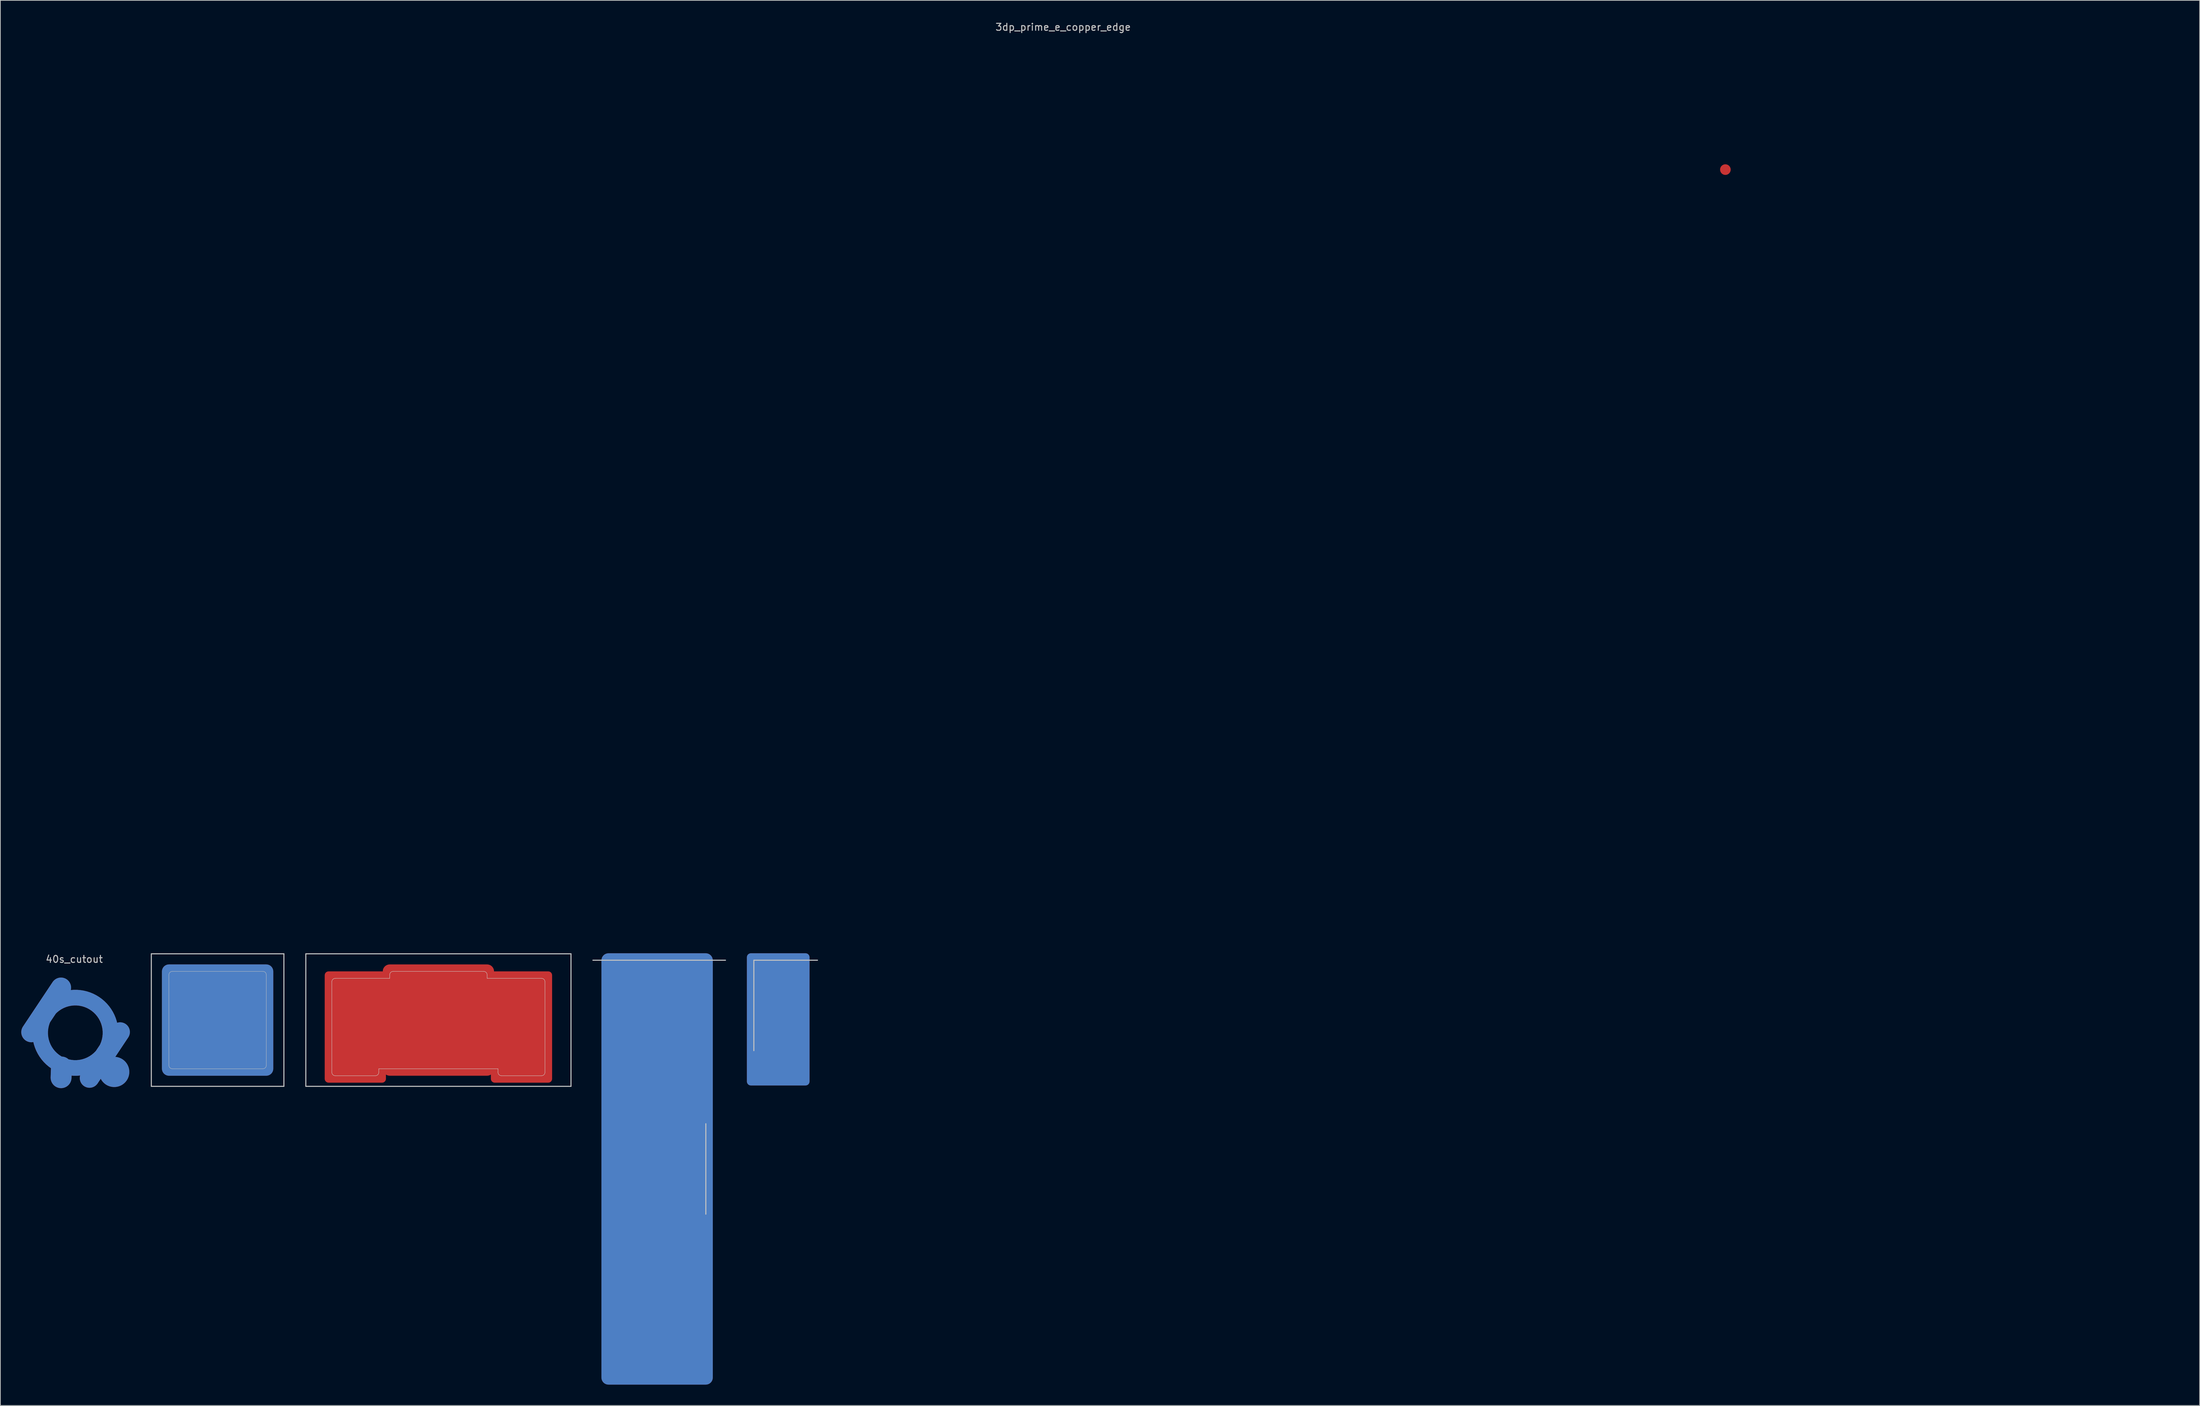
<source format=kicad_pcb>
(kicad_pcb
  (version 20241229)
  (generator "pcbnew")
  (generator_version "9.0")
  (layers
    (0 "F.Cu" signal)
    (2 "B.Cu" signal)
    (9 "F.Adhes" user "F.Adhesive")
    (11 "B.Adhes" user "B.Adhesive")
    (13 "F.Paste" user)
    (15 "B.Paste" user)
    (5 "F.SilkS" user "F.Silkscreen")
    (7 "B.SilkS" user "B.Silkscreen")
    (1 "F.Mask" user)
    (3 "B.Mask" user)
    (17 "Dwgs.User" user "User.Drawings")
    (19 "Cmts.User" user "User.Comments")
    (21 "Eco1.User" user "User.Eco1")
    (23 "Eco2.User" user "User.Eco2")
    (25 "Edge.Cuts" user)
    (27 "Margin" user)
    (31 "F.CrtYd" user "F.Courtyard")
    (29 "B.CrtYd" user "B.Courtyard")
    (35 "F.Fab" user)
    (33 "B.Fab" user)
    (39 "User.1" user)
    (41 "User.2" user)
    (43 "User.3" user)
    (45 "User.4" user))
  (footprint "40s_cutout"
    (layer "F.Cu")
    (at 7.617 134.322)
    (property "Reference" "40s_cutout" (at 0 0.5 0) (layer "Dwgs.User") (effects (font (size 1 1) (thickness 0.15))))
    (attr through_hole)
    (pad "1" smd custom (at -2.098 4.628) (size 1.524 1.524) (layers "F.Cu" "F.Mask") (options (anchor circle)) (primitives (gr_line (start -4.069 6.365) (end 0.193 -0.036) (width 2.9)) (gr_line (start 4.288 12.959) (end 8.692 6.345) (width 2.8)) (gr_line (start 0.259 11.369) (end 0.203 12.913) (width 3)) (gr_circle (center 7.838 12.08) (end 8.761 12.08) (width 2.5) (fill no)) (gr_circle (center 2.25 6.456) (end 7.305 6.456) (width 2.25) (fill no))))
    (pad "1" smd custom (at -2.093 4.623) (size 1.524 1.524) (layers "B.Cu" "B.Mask") (options (anchor circle)) (primitives (gr_line (start -4.069 6.365) (end 0.193 -0.036) (width 2.9)) (gr_line (start 4.288 12.959) (end 8.692 6.345) (width 2.8)) (gr_line (start 0.259 11.369) (end 0.203 12.913) (width 3)) (gr_circle (center 7.838 12.08) (end 8.761 12.08) (width 2.5) (fill no)) (gr_circle (center 2.25 6.456) (end 7.305 6.456) (width 2.25) (fill no)))))
  (footprint "3dp_prime_e_copper_edge"
    (layer "F.Cu")
    (at 149.179 73.287)
    (property "Reference" "3dp_prime_e_copper_edge" (at 0.528 -72.439 0) (layer "Dwgs.User") (effects (font (size 1 1) (thickness 0.15))))
    (attr through_hole)
    (fp_line (start -144.314 -27.367) (end -144.314 -27.367) (stroke (width 3) (type solid)) (layer "F.Mask"))
    (fp_line (start -140.479 -45.96) (end -140.479 -36.96) (stroke (width 3) (type solid)) (layer "F.Mask"))
    (fp_line (start -140.479 -24.96) (end -140.479 11.727) (stroke (width 3) (type solid)) (layer "F.Mask"))
    (fp_line (start -140.479 23.725) (end -140.479 32.725) (stroke (width 3) (type solid)) (layer "F.Mask"))
    (fp_line (start -132.979 40.225) (end -108.979 40.225) (stroke (width 3) (type solid)) (layer "F.Mask"))
    (fp_line (start -129.34 -51.96) (end -134.479 -51.96) (stroke (width 3) (type solid)) (layer "F.Mask"))
    (fp_line (start -96.979 40.225) (end -89.379 40.225) (stroke (width 3) (type solid)) (layer "F.Mask"))
    (fp_line (start -89.379 -51.96) (end -118.725 -51.96) (stroke (width 3) (type solid)) (layer "F.Mask"))
    (fp_line (start -89.379 40.225) (end -45.321 46.418) (stroke (width 3) (type solid)) (layer "F.Mask"))
    (fp_line (start -45.321 -45.8) (end -89.379 -51.96) (stroke (width 3) (type solid)) (layer "F.Mask"))
    (fp_line (start -42.358 -49.466) (end -42.358 -49.466) (stroke (width 3) (type solid)) (layer "F.Mask"))
    (fp_line (start -33.438 48.088) (end -17.343 50.35) (stroke (width 3) (type solid)) (layer "F.Mask"))
    (fp_line (start -17.343 50.35) (end 24.554 49.807) (stroke (width 3) (type solid)) (layer "F.Mask"))
    (fp_line (start 5.824 -38.65) (end -33.437 -44.139) (stroke (width 3) (type solid)) (layer "F.Mask"))
    (fp_line (start 24.508 49.812) (end 26.273 50.064) (stroke (width 3) (type solid)) (layer "F.Mask"))
    (fp_line (start 26.274 -42.215) (end 5.824 -38.65) (stroke (width 3) (type solid)) (layer "F.Mask"))
    (fp_line (start 27.975 -46.552) (end 27.975 -46.552) (stroke (width 3) (type solid)) (layer "F.Mask"))
    (fp_line (start 38.097 48.015) (end 82.185 40.377) (stroke (width 3) (type solid)) (layer "F.Mask"))
    (fp_line (start 82.185 -51.96) (end 38.096 -44.275) (stroke (width 3) (type solid)) (layer "F.Mask"))
    (fp_line (start 82.185 40.377) (end 109.063 40.377) (stroke (width 3) (type solid)) (layer "F.Mask"))
    (fp_line (start 110.128 -51.96) (end 82.185 -51.96) (stroke (width 3) (type solid)) (layer "F.Mask"))
    (fp_line (start 112.537 -55.821) (end 112.537 -55.821) (stroke (width 3) (type solid)) (layer "F.Mask"))
    (fp_line (start 120.204 40.377) (end 144.628 40.377) (stroke (width 3) (type solid)) (layer "F.Mask"))
    (fp_line (start 146.128 -51.96) (end 122.128 -51.96) (stroke (width 3) (type solid)) (layer "F.Mask"))
    (fp_line (start 152.128 -36.96) (end 152.128 -45.96) (stroke (width 3) (type solid)) (layer "F.Mask"))
    (fp_line (start 152.128 11.877) (end 152.128 -24.96) (stroke (width 3) (type solid)) (layer "F.Mask"))
    (fp_line (start 152.128 32.877) (end 152.128 23.877) (stroke (width 3) (type solid)) (layer "F.Mask"))
    (fp_line (start 155.952 -27.367) (end 155.952 -27.367) (stroke (width 3) (type solid)) (layer "F.Mask"))
    (fp_arc (start -144.314995 21.317291) (mid -147.679224 17.724891) (end -144.314742 14.132728) (stroke (width 3) (type solid)) (layer "F.Mask"))
    (fp_arc (start -144.314434 -27.367332) (mid -147.679223 -30.95964) (end -144.314436 -34.55195) (stroke (width 3) (type solid)) (layer "F.Mask"))
    (fp_arc (start -140.47922 -45.959641) (mid -138.721861 -50.202282) (end -134.47922 -51.959641) (stroke (width 3) (type solid)) (layer "F.Mask"))
    (fp_arc (start -132.97922 40.225158) (mid -138.282521 38.028459) (end -140.47922 32.725158) (stroke (width 3) (type solid)) (layer "F.Mask"))
    (fp_arc (start -128.276546 -55.25738) (mid -124.868535 -58.77337) (end -121.106931 -55.638557) (stroke (width 3) (type solid)) (layer "F.Mask"))
    (fp_arc (start -99.38716 44.064158) (mid -102.979206 47.425162) (end -106.571278 44.064186) (stroke (width 3) (type solid)) (layer "F.Mask"))
    (fp_arc (start -42.35841 -49.465686) (mid -38.382345 -52.100399) (end -35.281249 -48.476312) (stroke (width 3) (type solid)) (layer "F.Mask"))
    (fp_arc (start -36.3742 51.634832) (mid -40.381322 54.382782) (end -43.475711 50.636715) (stroke (width 3) (type solid)) (layer "F.Mask"))
    (fp_arc (start 27.975037 -46.551713) (mid 30.948906 -50.338002) (end 35.028362 -47.781065) (stroke (width 3) (type solid)) (layer "F.Mask"))
    (fp_arc (start 36.399323 52.532541) (mid 33.414281 56.133717) (end 29.391755 53.746619) (stroke (width 3) (type solid)) (layer "F.Mask"))
    (fp_arc (start 112.537309 -55.821443) (mid 116.127779 -59.159645) (end 119.718249 -55.821442) (stroke (width 3) (type solid)) (layer "F.Mask"))
    (fp_arc (start 118.216246 44.090984) (mid 114.624409 47.424945) (end 111.035682 44.087638) (stroke (width 3) (type solid)) (layer "F.Mask"))
    (fp_arc (start 146.127779 -51.959641) (mid 150.37042 -50.202282) (end 152.127779 -45.959641) (stroke (width 3) (type solid)) (layer "F.Mask"))
    (fp_arc (start 152.127779 32.876968) (mid 149.93108 38.180269) (end 144.627779 40.376968) (stroke (width 3) (type solid)) (layer "F.Mask"))
    (fp_arc (start 155.952184 -34.552642) (mid 159.327783 -30.95964) (end 155.952182 -27.36664) (stroke (width 3) (type solid)) (layer "F.Mask"))
    (fp_arc (start 155.994293 14.286845) (mid 159.327783 17.876952) (end 155.994325 21.467089) (stroke (width 3) (type solid)) (layer "F.Mask"))
    (fp_curve (pts (xy -144.315 21.317) (xy -141.162 21.524) (xy -140.479 23.725) (xy -140.479 23.725)) (stroke (width 3) (type solid)) (layer "F.Mask"))
    (fp_curve (pts (xy -144.314 -27.367) (xy -141.18 -27.162) (xy -140.479 -24.96) (xy -140.479 -24.96)) (stroke (width 3) (type solid)) (layer "F.Mask"))
    (fp_curve (pts (xy -140.479 -36.96) (xy -141.18 -34.757) (xy -144.314 -34.552) (xy -144.314 -34.552)) (stroke (width 3) (type solid)) (layer "F.Mask"))
    (fp_curve (pts (xy -140.479 11.727) (xy -141.163 13.926) (xy -144.315 14.133) (xy -144.315 14.133)) (stroke (width 3) (type solid)) (layer "F.Mask"))
    (fp_curve (pts (xy -128.277 -55.257) (xy -128.326 -52.996) (xy -129.34 -51.96) (xy -129.34 -51.96)) (stroke (width 3) (type solid)) (layer "F.Mask"))
    (fp_curve (pts (xy -118.725 -51.96) (xy -120.708 -52.539) (xy -121.107 -55.639) (xy -121.107 -55.639)) (stroke (width 3) (type solid)) (layer "F.Mask"))
    (fp_curve (pts (xy -108.979 40.225) (xy -106.781 40.915) (xy -106.571 44.064) (xy -106.571 44.064)) (stroke (width 3) (type solid)) (layer "F.Mask"))
    (fp_curve (pts (xy -99.387 44.064) (xy -99.178 40.915) (xy -96.979 40.225) (xy -96.979 40.225)) (stroke (width 3) (type solid)) (layer "F.Mask"))
    (fp_curve (pts (xy -45.321 46.418) (xy -43.304 47.237) (xy -43.476 50.637) (xy -43.476 50.637)) (stroke (width 3) (type solid)) (layer "F.Mask"))
    (fp_curve (pts (xy -42.358 -49.466) (xy -43.272 -46.05) (xy -45.321 -45.8) (xy -45.321 -45.8)) (stroke (width 3) (type solid)) (layer "F.Mask"))
    (fp_curve (pts (xy -36.374 51.635) (xy -35.602 48.32) (xy -33.438 48.088) (xy -33.438 48.088)) (stroke (width 3) (type solid)) (layer "F.Mask"))
    (fp_curve (pts (xy -33.437 -44.139) (xy -35.339 -44.941) (xy -35.281 -48.476) (xy -35.281 -48.476)) (stroke (width 3) (type solid)) (layer "F.Mask"))
    (fp_curve (pts (xy 26.273 50.064) (xy 28.354 50.697) (xy 29.392 53.747) (xy 29.392 53.747)) (stroke (width 3) (type solid)) (layer "F.Mask"))
    (fp_curve (pts (xy 27.975 -46.552) (xy 28.22 -42.877) (xy 26.274 -42.215) (xy 26.274 -42.215)) (stroke (width 3) (type solid)) (layer "F.Mask"))
    (fp_curve (pts (xy 36.399 52.533) (xy 36.351 49.311) (xy 38.097 48.015) (xy 38.097 48.015)) (stroke (width 3) (type solid)) (layer "F.Mask"))
    (fp_curve (pts (xy 38.096 -44.275) (xy 36.041 -44.24) (xy 35.028 -47.781) (xy 35.028 -47.781)) (stroke (width 3) (type solid)) (layer "F.Mask"))
    (fp_curve (pts (xy 109.063 40.377) (xy 110.822 41.161) (xy 111.036 44.088) (xy 111.036 44.088)) (stroke (width 3) (type solid)) (layer "F.Mask"))
    (fp_curve (pts (xy 112.537 -55.821) (xy 112.303 -52.612) (xy 110.128 -51.96) (xy 110.128 -51.96)) (stroke (width 3) (type solid)) (layer "F.Mask"))
    (fp_curve (pts (xy 118.216 44.091) (xy 118.434 41.154) (xy 120.204 40.377) (xy 120.204 40.377)) (stroke (width 3) (type solid)) (layer "F.Mask"))
    (fp_curve (pts (xy 122.128 -51.96) (xy 119.952 -52.612) (xy 119.718 -55.821) (xy 119.718 -55.821)) (stroke (width 3) (type solid)) (layer "F.Mask"))
    (fp_curve (pts (xy 152.128 -24.96) (xy 153.063 -27.186) (xy 155.952 -27.367) (xy 155.952 -27.367)) (stroke (width 3) (type solid)) (layer "F.Mask"))
    (fp_curve (pts (xy 152.128 23.877) (xy 152.163 21.752) (xy 155.994 21.467) (xy 155.994 21.467)) (stroke (width 3) (type solid)) (layer "F.Mask"))
    (fp_curve (pts (xy 155.952 -34.553) (xy 153.063 -34.733) (xy 152.128 -36.96) (xy 152.128 -36.96)) (stroke (width 3) (type solid)) (layer "F.Mask"))
    (fp_curve (pts (xy 155.994 14.287) (xy 152.163 14.002) (xy 152.128 11.877) (xy 152.128 11.877)) (stroke (width 3) (type solid)) (layer "F.Mask"))
    (pad "1" smd circle (at 95.679 -51.958) (size 1.524 1.524) (layers "F.Cu" "F.Mask")))
  (footprint "OLED_Cutout"
    (layer "F.Cu")
    (at 91.366 164.973)
    (property "Reference" "OLED_Cutout" (at 0.25 10.05 0) (layer "Eco2.User") (effects (font (size 1 1) (thickness 0.15))))
    (attr through_hole)
    (fp_line (start -9.225 -30.002) (end 9.825 -30.002) (stroke (width 0.15) (type solid)) (layer "Dwgs.User"))
    (fp_line (start 7 6.5) (end 7 -6.5) (stroke (width 0.15) (type solid)) (layer "Dwgs.User"))
    (pad "1" smd roundrect (at 0 0 180) (size 16 62) (layers "F.Cu" "F.Mask") (roundrect_rratio 0.063))
    (pad "1" smd roundrect (at 0 0 180) (size 16 62) (layers "B.Cu" "B.Mask") (roundrect_rratio 0.063)))
  (footprint "MX_Copper_nocutout_1u"
    (layer "F.Cu")
    (at 28.216 143.573)
    (property "Reference" "MX_Copper_nocutout_1u" (at 0.25 10.05 0) (layer "Eco2.User") (effects (font (size 1 1) (thickness 0.15))))
    (attr through_hole)
    (fp_line (start -9.525 -9.525) (end 9.525 -9.525) (stroke (width 0.15) (type solid)) (layer "Dwgs.User"))
    (fp_line (start -9.525 9.525) (end -9.525 -9.525) (stroke (width 0.15) (type solid)) (layer "Dwgs.User"))
    (fp_line (start -7 -6.5) (end -7 6.5) (stroke (width 0.05) (type solid)) (layer "Dwgs.User"))
    (fp_line (start -6.5 7) (end 6.5 7) (stroke (width 0.05) (type solid)) (layer "Dwgs.User"))
    (fp_line (start 6.5 -7) (end -6.5 -7) (stroke (width 0.05) (type solid)) (layer "Dwgs.User"))
    (fp_line (start 7 6.5) (end 7 -6.5) (stroke (width 0.05) (type solid)) (layer "Dwgs.User"))
    (fp_line (start 9.525 -9.525) (end 9.525 9.525) (stroke (width 0.15) (type solid)) (layer "Dwgs.User"))
    (fp_line (start 9.525 9.525) (end -9.525 9.525) (stroke (width 0.15) (type solid)) (layer "Dwgs.User"))
    (fp_arc (start -7 -6.5) (mid -6.853553 -6.853553) (end -6.5 -7) (stroke (width 0.05) (type solid)) (layer "Dwgs.User"))
    (fp_arc (start -6.5 7) (mid -6.853553 6.853553) (end -7 6.5) (stroke (width 0.05) (type solid)) (layer "Dwgs.User"))
    (fp_arc (start 6.5 -7) (mid 6.853553 -6.853553) (end 7 -6.5) (stroke (width 0.05) (type solid)) (layer "Dwgs.User"))
    (fp_arc (start 7 6.5) (mid 6.853553 6.853553) (end 6.5 7) (stroke (width 0.05) (type solid)) (layer "Dwgs.User"))
    (pad "1" smd roundrect (at 0 0 180) (size 16 16) (layers "F.Cu" "F.Mask") (roundrect_rratio 0.063))
    (pad "1" smd roundrect (at 0 0 180) (size 16 16) (layers "B.Cu" "B.Mask") (roundrect_rratio 0.063)))
  (footprint "MX_Cutout_2u_to_apease_JLC"
    (layer "F.Cu")
    (at 59.941 143.573)
    (property "Reference" "MX_Cutout_2u_to_apease_JLC" (at 0.25 10.05 0) (layer "Eco2.User") (effects (font (size 1 1) (thickness 0.15))))
    (attr through_hole)
    (fp_line (start -19.05 -9.525) (end -19.05 9.525) (stroke (width 0.15) (type solid)) (layer "Dwgs.User"))
    (fp_line (start -19.05 -9.525) (end 19.05 -9.525) (stroke (width 0.15) (type solid)) (layer "Dwgs.User"))
    (fp_line (start -19.05 9.525) (end 19.05 9.525) (stroke (width 0.15) (type solid)) (layer "Dwgs.User"))
    (fp_line (start 19.05 -9.525) (end 19.05 9.525) (stroke (width 0.15) (type solid)) (layer "Dwgs.User"))
    (fp_line (start -15.313 7.5) (end -15.313 -5.5) (stroke (width 0.05) (type solid)) (layer "Edge.Cuts"))
    (fp_line (start -14.813 -6) (end -7 -5.999) (stroke (width 0.05) (type solid)) (layer "Edge.Cuts"))
    (fp_line (start -9.063 8) (end -14.813 8) (stroke (width 0.05) (type solid)) (layer "Edge.Cuts"))
    (fp_line (start -8.565 7) (end -8.563 7.5) (stroke (width 0.05) (type solid)) (layer "Edge.Cuts"))
    (fp_line (start -7 -5.999) (end -7 -6.5) (stroke (width 0.05) (type solid)) (layer "Edge.Cuts"))
    (fp_line (start -6.5 -7) (end 6.5 -7) (stroke (width 0.05) (type solid)) (layer "Edge.Cuts"))
    (fp_line (start 7 -6.5) (end 7 -5.999) (stroke (width 0.05) (type solid)) (layer "Edge.Cuts"))
    (fp_line (start 7 -5.999) (end 14.813 -6) (stroke (width 0.05) (type solid)) (layer "Edge.Cuts"))
    (fp_line (start 8.563 7.5) (end 8.565 7) (stroke (width 0.05) (type solid)) (layer "Edge.Cuts"))
    (fp_line (start 8.565 7) (end -8.565 7) (stroke (width 0.05) (type solid)) (layer "Edge.Cuts"))
    (fp_line (start 14.813 8) (end 9.063 8) (stroke (width 0.05) (type solid)) (layer "Edge.Cuts"))
    (fp_line (start 15.313 -5.5) (end 15.313 7.5) (stroke (width 0.05) (type solid)) (layer "Edge.Cuts"))
    (fp_arc (start -15.313 -5.5) (mid -15.166553 -5.853553) (end -14.813 -6) (stroke (width 0.05) (type solid)) (layer "Edge.Cuts"))
    (fp_arc (start -14.813 8) (mid -15.166553 7.853553) (end -15.313 7.5) (stroke (width 0.05) (type solid)) (layer "Edge.Cuts"))
    (fp_arc (start -8.563 7.5) (mid -8.709447 7.853553) (end -9.063 8) (stroke (width 0.05) (type solid)) (layer "Edge.Cuts"))
    (fp_arc (start -7 -6.5) (mid -6.853553 -6.853553) (end -6.5 -7) (stroke (width 0.05) (type solid)) (layer "Edge.Cuts"))
    (fp_arc (start 6.5 -7) (mid 6.853553 -6.853553) (end 7 -6.5) (stroke (width 0.05) (type solid)) (layer "Edge.Cuts"))
    (fp_arc (start 9.063 8) (mid 8.709447 7.853553) (end 8.563 7.5) (stroke (width 0.05) (type solid)) (layer "Edge.Cuts"))
    (fp_arc (start 14.813 -6) (mid 15.166553 -5.853553) (end 15.313 -5.5) (stroke (width 0.05) (type solid)) (layer "Edge.Cuts"))
    (fp_arc (start 15.313 7.5) (mid 15.166553 7.853553) (end 14.813 8) (stroke (width 0.05) (type solid)) (layer "Edge.Cuts"))
    (pad "1" smd roundrect (at -11.938 1 180) (size 8.8 16) (layers "F.Cu" "F.Mask") (roundrect_rratio 0.063))
    (pad "1" smd roundrect (at 0 0 180) (size 16 16) (layers "F.Cu" "F.Mask") (roundrect_rratio 0.063))
    (pad "1" smd roundrect (at 11.938 1 180) (size 8.8 16) (layers "F.Cu" "F.Mask") (roundrect_rratio 0.063)))
  (footprint "Stab_cutout"
    (layer "F.Cu")
    (at 108.766 143.473)
    (property "Reference" "Stab_cutout" (at 0.25 10.05 0) (layer "Eco2.User") (effects (font (size 1 1) (thickness 0.15))))
    (attr through_hole)
    (fp_line (start -3.5 -8.504) (end 5.644 -8.504) (stroke (width 0.15) (type solid)) (layer "Dwgs.User"))
    (fp_line (start -3.5 4.496) (end -3.5 -8.504) (stroke (width 0.15) (type solid)) (layer "Dwgs.User"))
    (pad "1" smd roundrect (at 0 0 180) (size 9 19) (layers "F.Cu" "F.Mask") (roundrect_rratio 0.063))
    (pad "1" smd roundrect (at 0 0 180) (size 9 19) (layers "B.Cu" "B.Mask") (roundrect_rratio 0.063)))
  (gr_rect
    (start -3 -3)
    (end 313.007 198.973)
    (stroke (width 0.1) (type default))
    (fill no)
    (layer "Edge.Cuts")))
</source>
